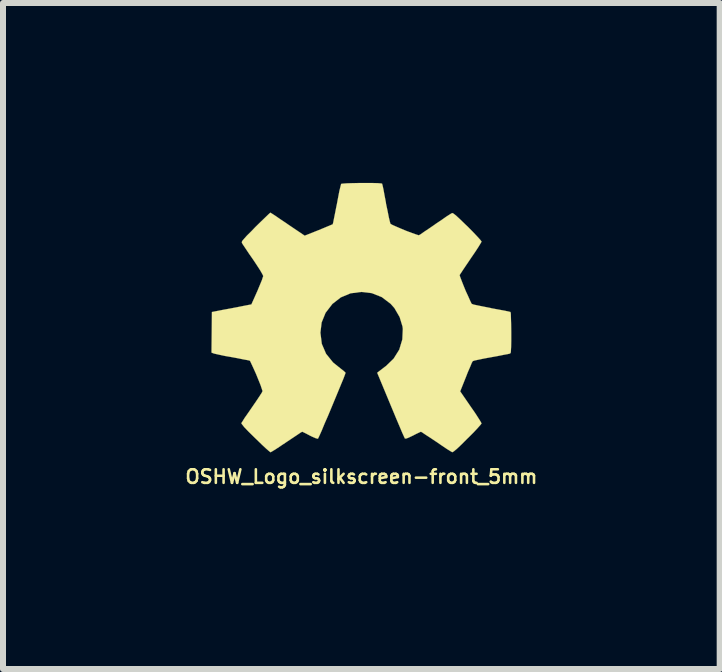
<source format=kicad_pcb>
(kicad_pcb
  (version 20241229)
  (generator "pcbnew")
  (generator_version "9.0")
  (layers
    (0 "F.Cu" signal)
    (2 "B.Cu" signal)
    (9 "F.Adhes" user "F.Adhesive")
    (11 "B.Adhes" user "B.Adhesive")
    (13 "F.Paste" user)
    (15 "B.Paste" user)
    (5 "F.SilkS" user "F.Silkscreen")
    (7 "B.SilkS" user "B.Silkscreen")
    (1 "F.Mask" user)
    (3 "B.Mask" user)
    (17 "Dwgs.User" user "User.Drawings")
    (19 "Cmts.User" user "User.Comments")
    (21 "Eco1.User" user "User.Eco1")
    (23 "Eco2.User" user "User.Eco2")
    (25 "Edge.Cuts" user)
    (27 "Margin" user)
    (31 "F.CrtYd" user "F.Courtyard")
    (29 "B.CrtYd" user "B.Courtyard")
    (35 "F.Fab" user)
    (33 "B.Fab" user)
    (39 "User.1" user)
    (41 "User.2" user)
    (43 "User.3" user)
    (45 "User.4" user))
  (footprint "OSHW_Logo_silkscreen-front_5mm"
    (layer "F.Cu")
    (at 2.976 2.247)
    (property "Reference" "OSHW_Logo_silkscreen-front_5mm" (at 0 2.652 0) (layer "F.SilkS") (effects (font (size 0.226 0.226) (thickness 0.043))))
    (attr through_hole)
    (fp_poly (pts (xy -1.514 2.245) (xy -1.488 2.23) (xy -1.43 2.195) (xy -1.346 2.139) (xy -1.247 2.073) (xy -1.148 2.007) (xy -1.067 1.953) (xy -1.011 1.915) (xy -0.986 1.902) (xy -0.973 1.908) (xy -0.927 1.93) (xy -0.859 1.966) (xy -0.818 1.986) (xy -0.757 2.012) (xy -0.724 2.019) (xy -0.719 2.009) (xy -0.696 1.961) (xy -0.66 1.88) (xy -0.615 1.77) (xy -0.559 1.643) (xy -0.503 1.509) (xy -0.445 1.369) (xy -0.389 1.234) (xy -0.34 1.115) (xy -0.3 1.019) (xy -0.274 0.95) (xy -0.264 0.922) (xy -0.267 0.914) (xy -0.3 0.884) (xy -0.353 0.843) (xy -0.472 0.747) (xy -0.589 0.602) (xy -0.66 0.437) (xy -0.683 0.251) (xy -0.663 0.081) (xy -0.597 -0.081) (xy -0.483 -0.229) (xy -0.343 -0.338) (xy -0.18 -0.406) (xy 0 -0.429) (xy 0.173 -0.409) (xy 0.34 -0.343) (xy 0.488 -0.231) (xy 0.551 -0.16) (xy 0.638 -0.01) (xy 0.686 0.147) (xy 0.691 0.188) (xy 0.683 0.363) (xy 0.632 0.533) (xy 0.538 0.683) (xy 0.409 0.808) (xy 0.394 0.818) (xy 0.335 0.864) (xy 0.295 0.894) (xy 0.264 0.919) (xy 0.488 1.458) (xy 0.523 1.542) (xy 0.584 1.689) (xy 0.638 1.816) (xy 0.681 1.918) (xy 0.711 1.984) (xy 0.724 2.012) (xy 0.724 2.014) (xy 0.744 2.017) (xy 0.785 2.002) (xy 0.861 1.966) (xy 0.909 1.941) (xy 0.968 1.913) (xy 0.993 1.902) (xy 1.016 1.915) (xy 1.069 1.951) (xy 1.151 2.004) (xy 1.247 2.068) (xy 1.339 2.131) (xy 1.422 2.187) (xy 1.483 2.225) (xy 1.514 2.243) (xy 1.519 2.243) (xy 1.544 2.228) (xy 1.593 2.187) (xy 1.666 2.118) (xy 1.77 2.014) (xy 1.786 1.999) (xy 1.872 1.913) (xy 1.941 1.839) (xy 1.986 1.788) (xy 2.004 1.765) (xy 1.989 1.735) (xy 1.951 1.674) (xy 1.895 1.587) (xy 1.826 1.488) (xy 1.648 1.229) (xy 1.745 0.986) (xy 1.775 0.909) (xy 1.814 0.82) (xy 1.841 0.754) (xy 1.857 0.726) (xy 1.882 0.716) (xy 1.951 0.701) (xy 2.047 0.681) (xy 2.162 0.66) (xy 2.273 0.64) (xy 2.372 0.62) (xy 2.443 0.607) (xy 2.477 0.599) (xy 2.484 0.594) (xy 2.492 0.579) (xy 2.494 0.546) (xy 2.497 0.485) (xy 2.499 0.391) (xy 2.499 0.251) (xy 2.499 0.236) (xy 2.497 0.107) (xy 2.494 0) (xy 2.492 -0.066) (xy 2.487 -0.094) (xy 2.456 -0.102) (xy 2.385 -0.117) (xy 2.286 -0.135) (xy 2.167 -0.157) (xy 2.159 -0.16) (xy 2.042 -0.183) (xy 1.943 -0.203) (xy 1.872 -0.218) (xy 1.844 -0.229) (xy 1.836 -0.236) (xy 1.814 -0.282) (xy 1.781 -0.356) (xy 1.74 -0.445) (xy 1.702 -0.538) (xy 1.669 -0.622) (xy 1.646 -0.683) (xy 1.638 -0.711) (xy 1.641 -0.714) (xy 1.659 -0.742) (xy 1.699 -0.803) (xy 1.755 -0.886) (xy 1.824 -0.988) (xy 1.829 -0.996) (xy 1.897 -1.095) (xy 1.953 -1.181) (xy 1.989 -1.24) (xy 2.004 -1.267) (xy 2.004 -1.27) (xy 1.981 -1.3) (xy 1.93 -1.356) (xy 1.857 -1.433) (xy 1.77 -1.521) (xy 1.742 -1.547) (xy 1.643 -1.643) (xy 1.577 -1.704) (xy 1.534 -1.737) (xy 1.514 -1.745) (xy 1.483 -1.727) (xy 1.42 -1.687) (xy 1.336 -1.628) (xy 1.234 -1.56) (xy 1.227 -1.554) (xy 1.128 -1.486) (xy 1.044 -1.43) (xy 0.986 -1.389) (xy 0.958 -1.374) (xy 0.955 -1.374) (xy 0.914 -1.387) (xy 0.843 -1.412) (xy 0.754 -1.445) (xy 0.663 -1.483) (xy 0.579 -1.519) (xy 0.516 -1.547) (xy 0.485 -1.565) (xy 0.475 -1.6) (xy 0.457 -1.676) (xy 0.437 -1.778) (xy 0.411 -1.9) (xy 0.409 -1.92) (xy 0.386 -2.04) (xy 0.368 -2.139) (xy 0.353 -2.207) (xy 0.345 -2.235) (xy 0.33 -2.238) (xy 0.272 -2.243) (xy 0.183 -2.245) (xy 0.074 -2.245) (xy -0.038 -2.245) (xy -0.147 -2.243) (xy -0.241 -2.24) (xy -0.31 -2.235) (xy -0.338 -2.23) (xy -0.338 -2.228) (xy -0.348 -2.189) (xy -0.366 -2.116) (xy -0.386 -2.012) (xy -0.409 -1.89) (xy -0.414 -1.867) (xy -0.437 -1.75) (xy -0.457 -1.651) (xy -0.47 -1.585) (xy -0.478 -1.557) (xy -0.49 -1.552) (xy -0.538 -1.532) (xy -0.617 -1.499) (xy -0.716 -1.458) (xy -0.945 -1.367) (xy -1.227 -1.557) (xy -1.252 -1.575) (xy -1.354 -1.643) (xy -1.435 -1.699) (xy -1.494 -1.737) (xy -1.516 -1.75) (xy -1.519 -1.75) (xy -1.547 -1.725) (xy -1.603 -1.671) (xy -1.679 -1.598) (xy -1.768 -1.511) (xy -1.831 -1.445) (xy -1.91 -1.367) (xy -1.958 -1.313) (xy -1.986 -1.28) (xy -1.994 -1.26) (xy -1.991 -1.245) (xy -1.974 -1.217) (xy -1.933 -1.156) (xy -1.875 -1.069) (xy -1.806 -0.97) (xy -1.75 -0.886) (xy -1.689 -0.792) (xy -1.651 -0.726) (xy -1.636 -0.693) (xy -1.641 -0.681) (xy -1.659 -0.625) (xy -1.694 -0.541) (xy -1.735 -0.442) (xy -1.834 -0.221) (xy -1.979 -0.193) (xy -2.068 -0.175) (xy -2.189 -0.152) (xy -2.309 -0.13) (xy -2.492 -0.094) (xy -2.499 0.582) (xy -2.471 0.594) (xy -2.443 0.602) (xy -2.375 0.617) (xy -2.278 0.638) (xy -2.162 0.658) (xy -2.065 0.676) (xy -1.966 0.696) (xy -1.895 0.709) (xy -1.864 0.716) (xy -1.854 0.726) (xy -1.831 0.775) (xy -1.796 0.851) (xy -1.755 0.942) (xy -1.717 1.036) (xy -1.681 1.125) (xy -1.659 1.191) (xy -1.648 1.224) (xy -1.661 1.252) (xy -1.699 1.311) (xy -1.753 1.392) (xy -1.821 1.491) (xy -1.887 1.587) (xy -1.946 1.671) (xy -1.984 1.732) (xy -2.002 1.76) (xy -1.991 1.778) (xy -1.953 1.826) (xy -1.88 1.902) (xy -1.768 2.012) (xy -1.75 2.029) (xy -1.664 2.113) (xy -1.59 2.182) (xy -1.537 2.228) (xy -1.514 2.245)) (stroke (width 0.003) (type solid)) (fill yes) (layer "F.SilkS")))
  (gr_rect
    (start -3 -3)
    (end 8.951 8.106)
    (stroke (width 0.1) (type default))
    (fill no)
    (layer "Edge.Cuts")))
</source>
